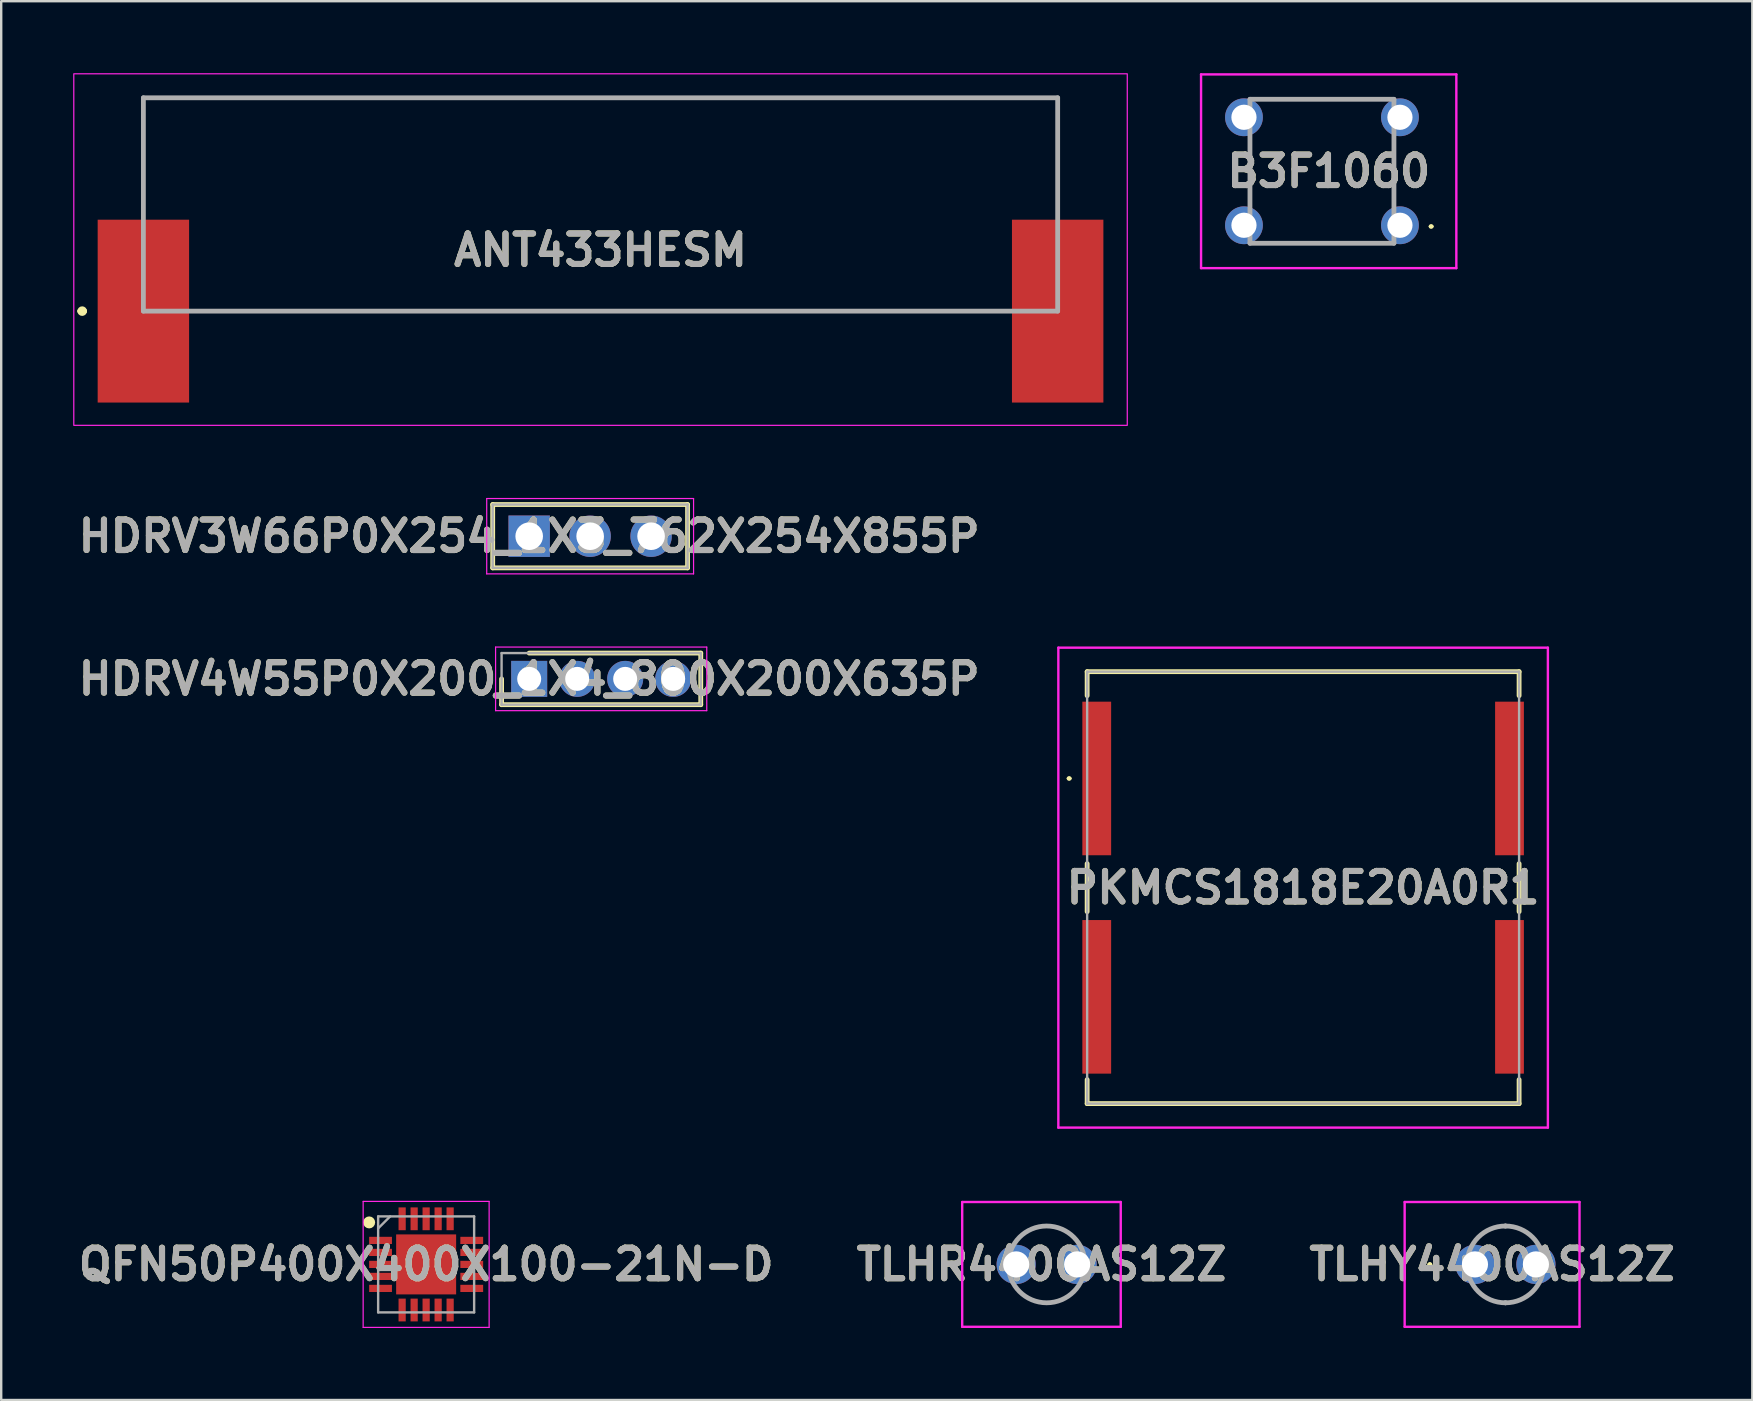
<source format=kicad_pcb>
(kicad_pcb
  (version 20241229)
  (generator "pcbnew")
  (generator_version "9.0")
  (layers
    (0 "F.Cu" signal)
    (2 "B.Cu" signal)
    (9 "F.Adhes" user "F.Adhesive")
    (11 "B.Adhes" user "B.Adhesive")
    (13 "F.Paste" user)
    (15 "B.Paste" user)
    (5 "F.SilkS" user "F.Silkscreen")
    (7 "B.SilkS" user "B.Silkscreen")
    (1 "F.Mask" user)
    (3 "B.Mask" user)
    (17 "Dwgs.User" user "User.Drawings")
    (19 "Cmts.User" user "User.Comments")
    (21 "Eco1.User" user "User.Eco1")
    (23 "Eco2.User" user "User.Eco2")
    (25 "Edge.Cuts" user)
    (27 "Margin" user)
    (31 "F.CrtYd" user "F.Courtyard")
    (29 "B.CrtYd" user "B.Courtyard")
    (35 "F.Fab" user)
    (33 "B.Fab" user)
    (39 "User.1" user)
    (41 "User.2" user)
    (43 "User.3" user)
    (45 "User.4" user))
  (footprint "B3F1060"
    (layer "F.Cu")
    (at 52.713 4.087)
    (property "Reference" "B3F1060" (at -0.394 0 0) (layer "F.SilkS") (effects (font (size 1.27 1.27) (thickness 0.254))))
    (attr through_hole)
    (fp_line (start -3.675 1.1) (end -3.675 -1.1) (stroke (width 0.1) (type solid)) (layer "F.SilkS"))
    (fp_line (start -2.875 -3) (end 1.425 -3) (stroke (width 0.1) (type solid)) (layer "F.SilkS"))
    (fp_line (start -2.875 3) (end 1.425 3) (stroke (width 0.1) (type solid)) (layer "F.SilkS"))
    (fp_line (start 2.325 -1.1) (end 2.325 1.1) (stroke (width 0.1) (type solid)) (layer "F.SilkS"))
    (fp_line (start 3.825 2.3) (end 3.825 2.3) (stroke (width 0.1) (type solid)) (layer "F.SilkS"))
    (fp_line (start 3.925 2.3) (end 3.925 2.3) (stroke (width 0.1) (type solid)) (layer "F.SilkS"))
    (fp_arc (start 3.825 2.3) (mid 3.875 2.25) (end 3.925 2.3) (stroke (width 0.1) (type solid)) (layer "F.SilkS"))
    (fp_arc (start 3.925 2.3) (mid 3.875 2.35) (end 3.825 2.3) (stroke (width 0.1) (type solid)) (layer "F.SilkS"))
    (fp_line (start -5.713 -4.037) (end 4.925 -4.037) (stroke (width 0.1) (type solid)) (layer "F.CrtYd"))
    (fp_line (start -5.713 4.037) (end -5.713 -4.037) (stroke (width 0.1) (type solid)) (layer "F.CrtYd"))
    (fp_line (start 4.925 -4.037) (end 4.925 4.037) (stroke (width 0.1) (type solid)) (layer "F.CrtYd"))
    (fp_line (start 4.925 4.037) (end -5.713 4.037) (stroke (width 0.1) (type solid)) (layer "F.CrtYd"))
    (fp_line (start -3.675 -3) (end 2.325 -3) (stroke (width 0.2) (type solid)) (layer "F.Fab"))
    (fp_line (start -3.675 3) (end -3.675 -3) (stroke (width 0.2) (type solid)) (layer "F.Fab"))
    (fp_line (start 2.325 -3) (end 2.325 3) (stroke (width 0.2) (type solid)) (layer "F.Fab"))
    (fp_line (start 2.325 3) (end -3.675 3) (stroke (width 0.2) (type solid)) (layer "F.Fab"))
    (fp_text user "${REFERENCE}" (at -0.394 0 0) (layer "F.Fab") (effects (font (size 1.27 1.27) (thickness 0.254))))
    (pad "1" thru_hole circle (at 2.575 2.25) (size 1.575 1.575) (drill 1.05) (layers "*.Cu" "*.Mask"))
    (pad "2" thru_hole circle (at -3.925 2.25) (size 1.575 1.575) (drill 1.05) (layers "*.Cu" "*.Mask"))
    (pad "3" thru_hole circle (at 2.575 -2.25) (size 1.575 1.575) (drill 1.05) (layers "*.Cu" "*.Mask"))
    (pad "4" thru_hole circle (at -3.925 -2.25) (size 1.575 1.575) (drill 1.05) (layers "*.Cu" "*.Mask")))
  (footprint "HDRV4W55P0X200_1X4_800X200X635P"
    (layer "F.Cu")
    (at 19.002 25.24)
    (property "Reference" "HDRV4W55P0X200_1X4_800X200X635P" (at 0 0 0) (layer "F.SilkS") (effects (font (size 1.27 1.27) (thickness 0.254))))
    (attr through_hole)
    (fp_line (start -1.15 0) (end -1.15 1.075) (stroke (width 0.2) (type solid)) (layer "F.SilkS"))
    (fp_line (start -1.15 1.075) (end 7.15 1.075) (stroke (width 0.2) (type solid)) (layer "F.SilkS"))
    (fp_line (start 7.15 -1.075) (end 0 -1.075) (stroke (width 0.2) (type solid)) (layer "F.SilkS"))
    (fp_line (start 7.15 1.075) (end 7.15 -1.075) (stroke (width 0.2) (type solid)) (layer "F.SilkS"))
    (fp_line (start -1.4 -1.325) (end 7.4 -1.325) (stroke (width 0.05) (type solid)) (layer "F.CrtYd"))
    (fp_line (start -1.4 1.325) (end -1.4 -1.325) (stroke (width 0.05) (type solid)) (layer "F.CrtYd"))
    (fp_line (start 7.4 -1.325) (end 7.4 1.325) (stroke (width 0.05) (type solid)) (layer "F.CrtYd"))
    (fp_line (start 7.4 1.325) (end -1.4 1.325) (stroke (width 0.05) (type solid)) (layer "F.CrtYd"))
    (fp_line (start -1.15 -1.075) (end 7.15 -1.075) (stroke (width 0.1) (type solid)) (layer "F.Fab"))
    (fp_line (start -1.15 1.075) (end -1.15 -1.075) (stroke (width 0.1) (type solid)) (layer "F.Fab"))
    (fp_line (start 7.15 -1.075) (end 7.15 1.075) (stroke (width 0.1) (type solid)) (layer "F.Fab"))
    (fp_line (start 7.15 1.075) (end -1.15 1.075) (stroke (width 0.1) (type solid)) (layer "F.Fab"))
    (fp_text user "${REFERENCE}" (at 0 0 0) (layer "F.Fab") (effects (font (size 1.27 1.27) (thickness 0.254))))
    (pad "1" thru_hole rect (at 0 0) (size 1.5 1.5) (drill 1) (layers "*.Cu" "*.Mask"))
    (pad "2" thru_hole circle (at 2 0) (size 1.5 1.5) (drill 1) (layers "*.Cu" "*.Mask"))
    (pad "3" thru_hole circle (at 4 0) (size 1.5 1.5) (drill 1) (layers "*.Cu" "*.Mask"))
    (pad "4" thru_hole circle (at 6 0) (size 1.5 1.5) (drill 1) (layers "*.Cu" "*.Mask")))
  (footprint "PKMCS1818E20A0R1"
    (layer "F.Cu")
    (at 51.253 33.94)
    (property "Reference" "PKMCS1818E20A0R1" (at 0 0 0) (layer "F.SilkS") (effects (font (size 1.27 1.27) (thickness 0.254))))
    (attr smd)
    (fp_line (start -9.8 -4.55) (end -9.8 -4.55) (stroke (width 0.1) (type solid)) (layer "F.SilkS"))
    (fp_line (start -9.7 -4.55) (end -9.7 -4.55) (stroke (width 0.1) (type solid)) (layer "F.SilkS"))
    (fp_line (start -9 -9) (end 9 -9) (stroke (width 0.2) (type solid)) (layer "F.SilkS"))
    (fp_line (start -9 -8) (end -9 -9) (stroke (width 0.2) (type solid)) (layer "F.SilkS"))
    (fp_line (start -9 1) (end -9 -1) (stroke (width 0.2) (type solid)) (layer "F.SilkS"))
    (fp_line (start -9 9) (end -9 8) (stroke (width 0.2) (type solid)) (layer "F.SilkS"))
    (fp_line (start 9 -9) (end 9 -8) (stroke (width 0.2) (type solid)) (layer "F.SilkS"))
    (fp_line (start 9 -1) (end 9 1) (stroke (width 0.2) (type solid)) (layer "F.SilkS"))
    (fp_line (start 9 8) (end 9 9) (stroke (width 0.2) (type solid)) (layer "F.SilkS"))
    (fp_line (start 9 9) (end -9 9) (stroke (width 0.2) (type solid)) (layer "F.SilkS"))
    (fp_arc (start -9.8 -4.55) (mid -9.75 -4.6) (end -9.7 -4.55) (stroke (width 0.1) (type solid)) (layer "F.SilkS"))
    (fp_arc (start -9.7 -4.55) (mid -9.75 -4.5) (end -9.8 -4.55) (stroke (width 0.1) (type solid)) (layer "F.SilkS"))
    (fp_line (start -10.2 -10) (end 10.2 -10) (stroke (width 0.1) (type solid)) (layer "F.CrtYd"))
    (fp_line (start -10.2 10) (end -10.2 -10) (stroke (width 0.1) (type solid)) (layer "F.CrtYd"))
    (fp_line (start 10.2 -10) (end 10.2 10) (stroke (width 0.1) (type solid)) (layer "F.CrtYd"))
    (fp_line (start 10.2 10) (end -10.2 10) (stroke (width 0.1) (type solid)) (layer "F.CrtYd"))
    (fp_line (start -9 -9) (end -9 9) (stroke (width 0.1) (type solid)) (layer "F.Fab"))
    (fp_line (start -9 9) (end 9 9) (stroke (width 0.1) (type solid)) (layer "F.Fab"))
    (fp_line (start 9 -9) (end -9 -9) (stroke (width 0.1) (type solid)) (layer "F.Fab"))
    (fp_line (start 9 9) (end 9 -9) (stroke (width 0.1) (type solid)) (layer "F.Fab"))
    (fp_text user "${REFERENCE}" (at 0 0 0) (layer "F.Fab") (effects (font (size 1.27 1.27) (thickness 0.254))))
    (pad "1" smd rect (at -8.6 -4.55) (size 1.2 6.4) (layers "F.Cu" "F.Mask" "F.Paste"))
    (pad "2" smd rect (at -8.6 4.55) (size 1.2 6.4) (layers "F.Cu" "F.Mask" "F.Paste"))
    (pad "3" smd rect (at 8.6 4.55) (size 1.2 6.4) (layers "F.Cu" "F.Mask" "F.Paste"))
    (pad "4" smd rect (at 8.6 -4.55) (size 1.2 6.4) (layers "F.Cu" "F.Mask" "F.Paste")))
  (footprint "QFN50P400X400X100-21N-D"
    (layer "F.Cu")
    (at 14.708 49.64)
    (property "Reference" "QFN50P400X400X100-21N-D" (at 0 0 0) (layer "F.SilkS") (effects (font (size 1.27 1.27) (thickness 0.254))))
    (attr smd)
    (fp_circle (center -2.375 -1.75) (end -2.375 -1.625) (stroke (width 0.25) (type solid)) (fill no) (layer "F.SilkS"))
    (fp_line (start -2.625 -2.625) (end 2.625 -2.625) (stroke (width 0.05) (type solid)) (layer "F.CrtYd"))
    (fp_line (start -2.625 2.625) (end -2.625 -2.625) (stroke (width 0.05) (type solid)) (layer "F.CrtYd"))
    (fp_line (start 2.625 -2.625) (end 2.625 2.625) (stroke (width 0.05) (type solid)) (layer "F.CrtYd"))
    (fp_line (start 2.625 2.625) (end -2.625 2.625) (stroke (width 0.05) (type solid)) (layer "F.CrtYd"))
    (fp_line (start -2 -2) (end 2 -2) (stroke (width 0.1) (type solid)) (layer "F.Fab"))
    (fp_line (start -2 -1.5) (end -1.5 -2) (stroke (width 0.1) (type solid)) (layer "F.Fab"))
    (fp_line (start -2 2) (end -2 -2) (stroke (width 0.1) (type solid)) (layer "F.Fab"))
    (fp_line (start 2 -2) (end 2 2) (stroke (width 0.1) (type solid)) (layer "F.Fab"))
    (fp_line (start 2 2) (end -2 2) (stroke (width 0.1) (type solid)) (layer "F.Fab"))
    (fp_text user "${REFERENCE}" (at 0 0 0) (layer "F.Fab") (effects (font (size 1.27 1.27) (thickness 0.254))))
    (pad "1" smd rect (at -1.9 -1 90) (size 0.3 0.95) (layers "F.Cu" "F.Mask" "F.Paste"))
    (pad "2" smd rect (at -1.9 -0.5 90) (size 0.3 0.95) (layers "F.Cu" "F.Mask" "F.Paste"))
    (pad "3" smd rect (at -1.9 0 90) (size 0.3 0.95) (layers "F.Cu" "F.Mask" "F.Paste"))
    (pad "4" smd rect (at -1.9 0.5 90) (size 0.3 0.95) (layers "F.Cu" "F.Mask" "F.Paste"))
    (pad "5" smd rect (at -1.9 1 90) (size 0.3 0.95) (layers "F.Cu" "F.Mask" "F.Paste"))
    (pad "6" smd rect (at -1 1.9) (size 0.3 0.95) (layers "F.Cu" "F.Mask" "F.Paste"))
    (pad "7" smd rect (at -0.5 1.9) (size 0.3 0.95) (layers "F.Cu" "F.Mask" "F.Paste"))
    (pad "8" smd rect (at 0 1.9) (size 0.3 0.95) (layers "F.Cu" "F.Mask" "F.Paste"))
    (pad "9" smd rect (at 0.5 1.9) (size 0.3 0.95) (layers "F.Cu" "F.Mask" "F.Paste"))
    (pad "10" smd rect (at 1 1.9) (size 0.3 0.95) (layers "F.Cu" "F.Mask" "F.Paste"))
    (pad "11" smd rect (at 1.9 1 90) (size 0.3 0.95) (layers "F.Cu" "F.Mask" "F.Paste"))
    (pad "12" smd rect (at 1.9 0.5 90) (size 0.3 0.95) (layers "F.Cu" "F.Mask" "F.Paste"))
    (pad "13" smd rect (at 1.9 0 90) (size 0.3 0.95) (layers "F.Cu" "F.Mask" "F.Paste"))
    (pad "14" smd rect (at 1.9 -0.5 90) (size 0.3 0.95) (layers "F.Cu" "F.Mask" "F.Paste"))
    (pad "15" smd rect (at 1.9 -1 90) (size 0.3 0.95) (layers "F.Cu" "F.Mask" "F.Paste"))
    (pad "16" smd rect (at 1 -1.9) (size 0.3 0.95) (layers "F.Cu" "F.Mask" "F.Paste"))
    (pad "17" smd rect (at 0.5 -1.9) (size 0.3 0.95) (layers "F.Cu" "F.Mask" "F.Paste"))
    (pad "18" smd rect (at 0 -1.9) (size 0.3 0.95) (layers "F.Cu" "F.Mask" "F.Paste"))
    (pad "19" smd rect (at -0.5 -1.9) (size 0.3 0.95) (layers "F.Cu" "F.Mask" "F.Paste"))
    (pad "20" smd rect (at -1 -1.9) (size 0.3 0.95) (layers "F.Cu" "F.Mask" "F.Paste"))
    (pad "21" smd rect (at 0 0) (size 2.5 2.5) (layers "F.Cu" "F.Mask" "F.Paste")))
  (footprint "ANT433HESM"
    (layer "F.Cu")
    (at 21.975 1.025)
    (property "Reference" "ANT433HESM" (at 0 6.35 0) (layer "F.SilkS") (effects (font (size 1.27 1.27) (thickness 0.254))))
    (attr smd)
    (fp_line (start -21.7 8.89) (end -21.7 8.89) (stroke (width 0.2) (type solid)) (layer "F.SilkS"))
    (fp_line (start -21.5 8.89) (end -21.5 8.89) (stroke (width 0.2) (type solid)) (layer "F.SilkS"))
    (fp_line (start -19.05 0) (end 19 0) (stroke (width 0.1) (type solid)) (layer "F.SilkS"))
    (fp_line (start -19.05 4) (end -19.05 0) (stroke (width 0.1) (type solid)) (layer "F.SilkS"))
    (fp_line (start 16.5 8.89) (end -16 8.89) (stroke (width 0.1) (type solid)) (layer "F.SilkS"))
    (fp_line (start 19 0) (end 19.05 0) (stroke (width 0.1) (type solid)) (layer "F.SilkS"))
    (fp_line (start 19.05 0) (end 19.05 3.5) (stroke (width 0.1) (type solid)) (layer "F.SilkS"))
    (fp_arc (start -21.7 8.89) (mid -21.6 8.79) (end -21.5 8.89) (stroke (width 0.2) (type solid)) (layer "F.SilkS"))
    (fp_arc (start -21.5 8.89) (mid -21.6 8.99) (end -21.7 8.89) (stroke (width 0.2) (type solid)) (layer "F.SilkS"))
    (fp_rect (start -21.95 -1) (end 21.95 13.65) (stroke (width 0.05) (type default)) (fill no) (layer "F.CrtYd"))
    (fp_line (start -19.05 0) (end -19.05 8.89) (stroke (width 0.2) (type solid)) (layer "F.Fab"))
    (fp_line (start -19.05 8.89) (end 19.05 8.89) (stroke (width 0.2) (type solid)) (layer "F.Fab"))
    (fp_line (start 19.05 0) (end -19.05 0) (stroke (width 0.2) (type solid)) (layer "F.Fab"))
    (fp_line (start 19.05 8.89) (end 19.05 0) (stroke (width 0.2) (type solid)) (layer "F.Fab"))
    (fp_text user "${REFERENCE}" (at 0 6.35 0) (layer "F.Fab") (effects (font (size 1.27 1.27) (thickness 0.254))))
    (pad "1" smd rect (at -19.05 8.89) (size 3.81 7.62) (layers "F.Cu" "F.Mask" "F.Paste"))
    (pad "2" smd rect (at 19.05 8.89) (size 3.81 7.62) (layers "F.Cu" "F.Mask" "F.Paste")))
  (footprint "HDRV3W66P0X254_1X3_762X254X855P"
    (layer "F.Cu")
    (at 19.002 19.295)
    (property "Reference" "HDRV3W66P0X254_1X3_762X254X855P" (at 0 0 0) (layer "F.SilkS") (effects (font (size 1.27 1.27) (thickness 0.254))))
    (attr through_hole)
    (fp_line (start -1.52 -1.32) (end -1.52 1.32) (stroke (width 0.2) (type solid)) (layer "F.SilkS"))
    (fp_line (start -1.52 1.32) (end 6.6 1.32) (stroke (width 0.2) (type solid)) (layer "F.SilkS"))
    (fp_line (start 6.6 -1.32) (end -1.52 -1.32) (stroke (width 0.2) (type solid)) (layer "F.SilkS"))
    (fp_line (start 6.6 1.32) (end 6.6 -1.32) (stroke (width 0.2) (type solid)) (layer "F.SilkS"))
    (fp_line (start -1.77 -1.57) (end 6.85 -1.57) (stroke (width 0.05) (type solid)) (layer "F.CrtYd"))
    (fp_line (start -1.77 1.57) (end -1.77 -1.57) (stroke (width 0.05) (type solid)) (layer "F.CrtYd"))
    (fp_line (start 6.85 -1.57) (end 6.85 1.57) (stroke (width 0.05) (type solid)) (layer "F.CrtYd"))
    (fp_line (start 6.85 1.57) (end -1.77 1.57) (stroke (width 0.05) (type solid)) (layer "F.CrtYd"))
    (fp_line (start -1.52 -1.32) (end 6.6 -1.32) (stroke (width 0.1) (type solid)) (layer "F.Fab"))
    (fp_line (start -1.52 1.32) (end -1.52 -1.32) (stroke (width 0.1) (type solid)) (layer "F.Fab"))
    (fp_line (start 6.6 -1.32) (end 6.6 1.32) (stroke (width 0.1) (type solid)) (layer "F.Fab"))
    (fp_line (start 6.6 1.32) (end -1.52 1.32) (stroke (width 0.1) (type solid)) (layer "F.Fab"))
    (fp_text user "${REFERENCE}" (at 0 0 0) (layer "F.Fab") (effects (font (size 1.27 1.27) (thickness 0.254))))
    (pad "1" thru_hole rect (at 0 0) (size 1.725 1.725) (drill 1.15) (layers "*.Cu" "*.Mask"))
    (pad "2" thru_hole circle (at 2.54 0) (size 1.725 1.725) (drill 1.15) (layers "*.Cu" "*.Mask"))
    (pad "3" thru_hole circle (at 5.08 0) (size 1.725 1.725) (drill 1.15) (layers "*.Cu" "*.Mask")))
  (footprint "TLHY4400AS12Z"
    (layer "F.Cu")
    (at 58.414 49.64)
    (property "Reference" "TLHY4400AS12Z" (at 0.714 0 0) (layer "F.SilkS") (effects (font (size 1.27 1.27) (thickness 0.254))))
    (attr through_hole)
    (fp_line (start -1.93 0) (end -1.93 0) (stroke (width 0.1) (type solid)) (layer "F.SilkS"))
    (fp_line (start -1.83 0) (end -1.83 0) (stroke (width 0.1) (type solid)) (layer "F.SilkS"))
    (fp_arc (start -1.93 0) (mid -1.88 -0.05) (end -1.83 0) (stroke (width 0.1) (type solid)) (layer "F.SilkS"))
    (fp_arc (start -1.83 0) (mid -1.88 0.05) (end -1.93 0) (stroke (width 0.1) (type solid)) (layer "F.SilkS"))
    (fp_line (start -2.93 -2.6) (end 4.357 -2.6) (stroke (width 0.1) (type solid)) (layer "F.CrtYd"))
    (fp_line (start -2.93 2.6) (end -2.93 -2.6) (stroke (width 0.1) (type solid)) (layer "F.CrtYd"))
    (fp_line (start 4.357 -2.6) (end 4.357 2.6) (stroke (width 0.1) (type solid)) (layer "F.CrtYd"))
    (fp_line (start 4.357 2.6) (end -2.93 2.6) (stroke (width 0.1) (type solid)) (layer "F.CrtYd"))
    (fp_line (start 1.27 -1.6) (end 1.27 -1.6) (stroke (width 0.2) (type solid)) (layer "F.Fab"))
    (fp_line (start 1.27 1.6) (end 1.27 1.6) (stroke (width 0.2) (type solid)) (layer "F.Fab"))
    (fp_arc (start 1.27 -1.6) (mid 2.87 0) (end 1.27 1.6) (stroke (width 0.2) (type solid)) (layer "F.Fab"))
    (fp_arc (start 1.27 1.6) (mid -0.33 0) (end 1.27 -1.6) (stroke (width 0.2) (type solid)) (layer "F.Fab"))
    (fp_text user "${REFERENCE}" (at 0.714 0 0) (layer "F.Fab") (effects (font (size 1.27 1.27) (thickness 0.254))))
    (pad "1" thru_hole circle (at 0 0) (size 1.635 1.635) (drill 1.09) (layers "*.Cu" "*.Mask"))
    (pad "2" thru_hole circle (at 2.54 0) (size 1.635 1.635) (drill 1.09) (layers "*.Cu" "*.Mask")))
  (footprint "TLHR4400AS12Z"
    (layer "F.Cu")
    (at 39.296 49.64)
    (property "Reference" "TLHR4400AS12Z" (at 1.054 0 0) (layer "F.SilkS") (effects (font (size 1.27 1.27) (thickness 0.254))))
    (attr through_hole)
    (fp_line (start -1.2 -0.1) (end -1.2 -0.1) (stroke (width 0.1) (type solid)) (layer "F.SilkS"))
    (fp_line (start -1.2 0) (end -1.2 0) (stroke (width 0.1) (type solid)) (layer "F.SilkS"))
    (fp_arc (start -1.2 -0.1) (mid -1.15 -0.05) (end -1.2 0) (stroke (width 0.1) (type solid)) (layer "F.SilkS"))
    (fp_arc (start -1.2 0) (mid -1.25 -0.05) (end -1.2 -0.1) (stroke (width 0.1) (type solid)) (layer "F.SilkS"))
    (fp_line (start -2.25 -2.6) (end 4.357 -2.6) (stroke (width 0.1) (type solid)) (layer "F.CrtYd"))
    (fp_line (start -2.25 2.6) (end -2.25 -2.6) (stroke (width 0.1) (type solid)) (layer "F.CrtYd"))
    (fp_line (start 4.357 -2.6) (end 4.357 2.6) (stroke (width 0.1) (type solid)) (layer "F.CrtYd"))
    (fp_line (start 4.357 2.6) (end -2.25 2.6) (stroke (width 0.1) (type solid)) (layer "F.CrtYd"))
    (fp_line (start -0.33 0) (end -0.33 0) (stroke (width 0.2) (type solid)) (layer "F.Fab"))
    (fp_line (start 2.87 0) (end 2.87 0) (stroke (width 0.2) (type solid)) (layer "F.Fab"))
    (fp_arc (start -0.33 0) (mid 1.27 -1.6) (end 2.87 0) (stroke (width 0.2) (type solid)) (layer "F.Fab"))
    (fp_arc (start 2.87 0) (mid 1.27 1.6) (end -0.33 0) (stroke (width 0.2) (type solid)) (layer "F.Fab"))
    (fp_text user "${REFERENCE}" (at 1.054 0 0) (layer "F.Fab") (effects (font (size 1.27 1.27) (thickness 0.254))))
    (pad "1" thru_hole circle (at 0 0) (size 1.635 1.635) (drill 1.09) (layers "*.Cu" "*.Mask"))
    (pad "2" thru_hole circle (at 2.54 0) (size 1.635 1.635) (drill 1.09) (layers "*.Cu" "*.Mask")))
  (gr_rect
    (start -3 -3)
    (end 69.972 55.29)
    (stroke (width 0.1) (type default))
    (fill no)
    (layer "Edge.Cuts")))
</source>
